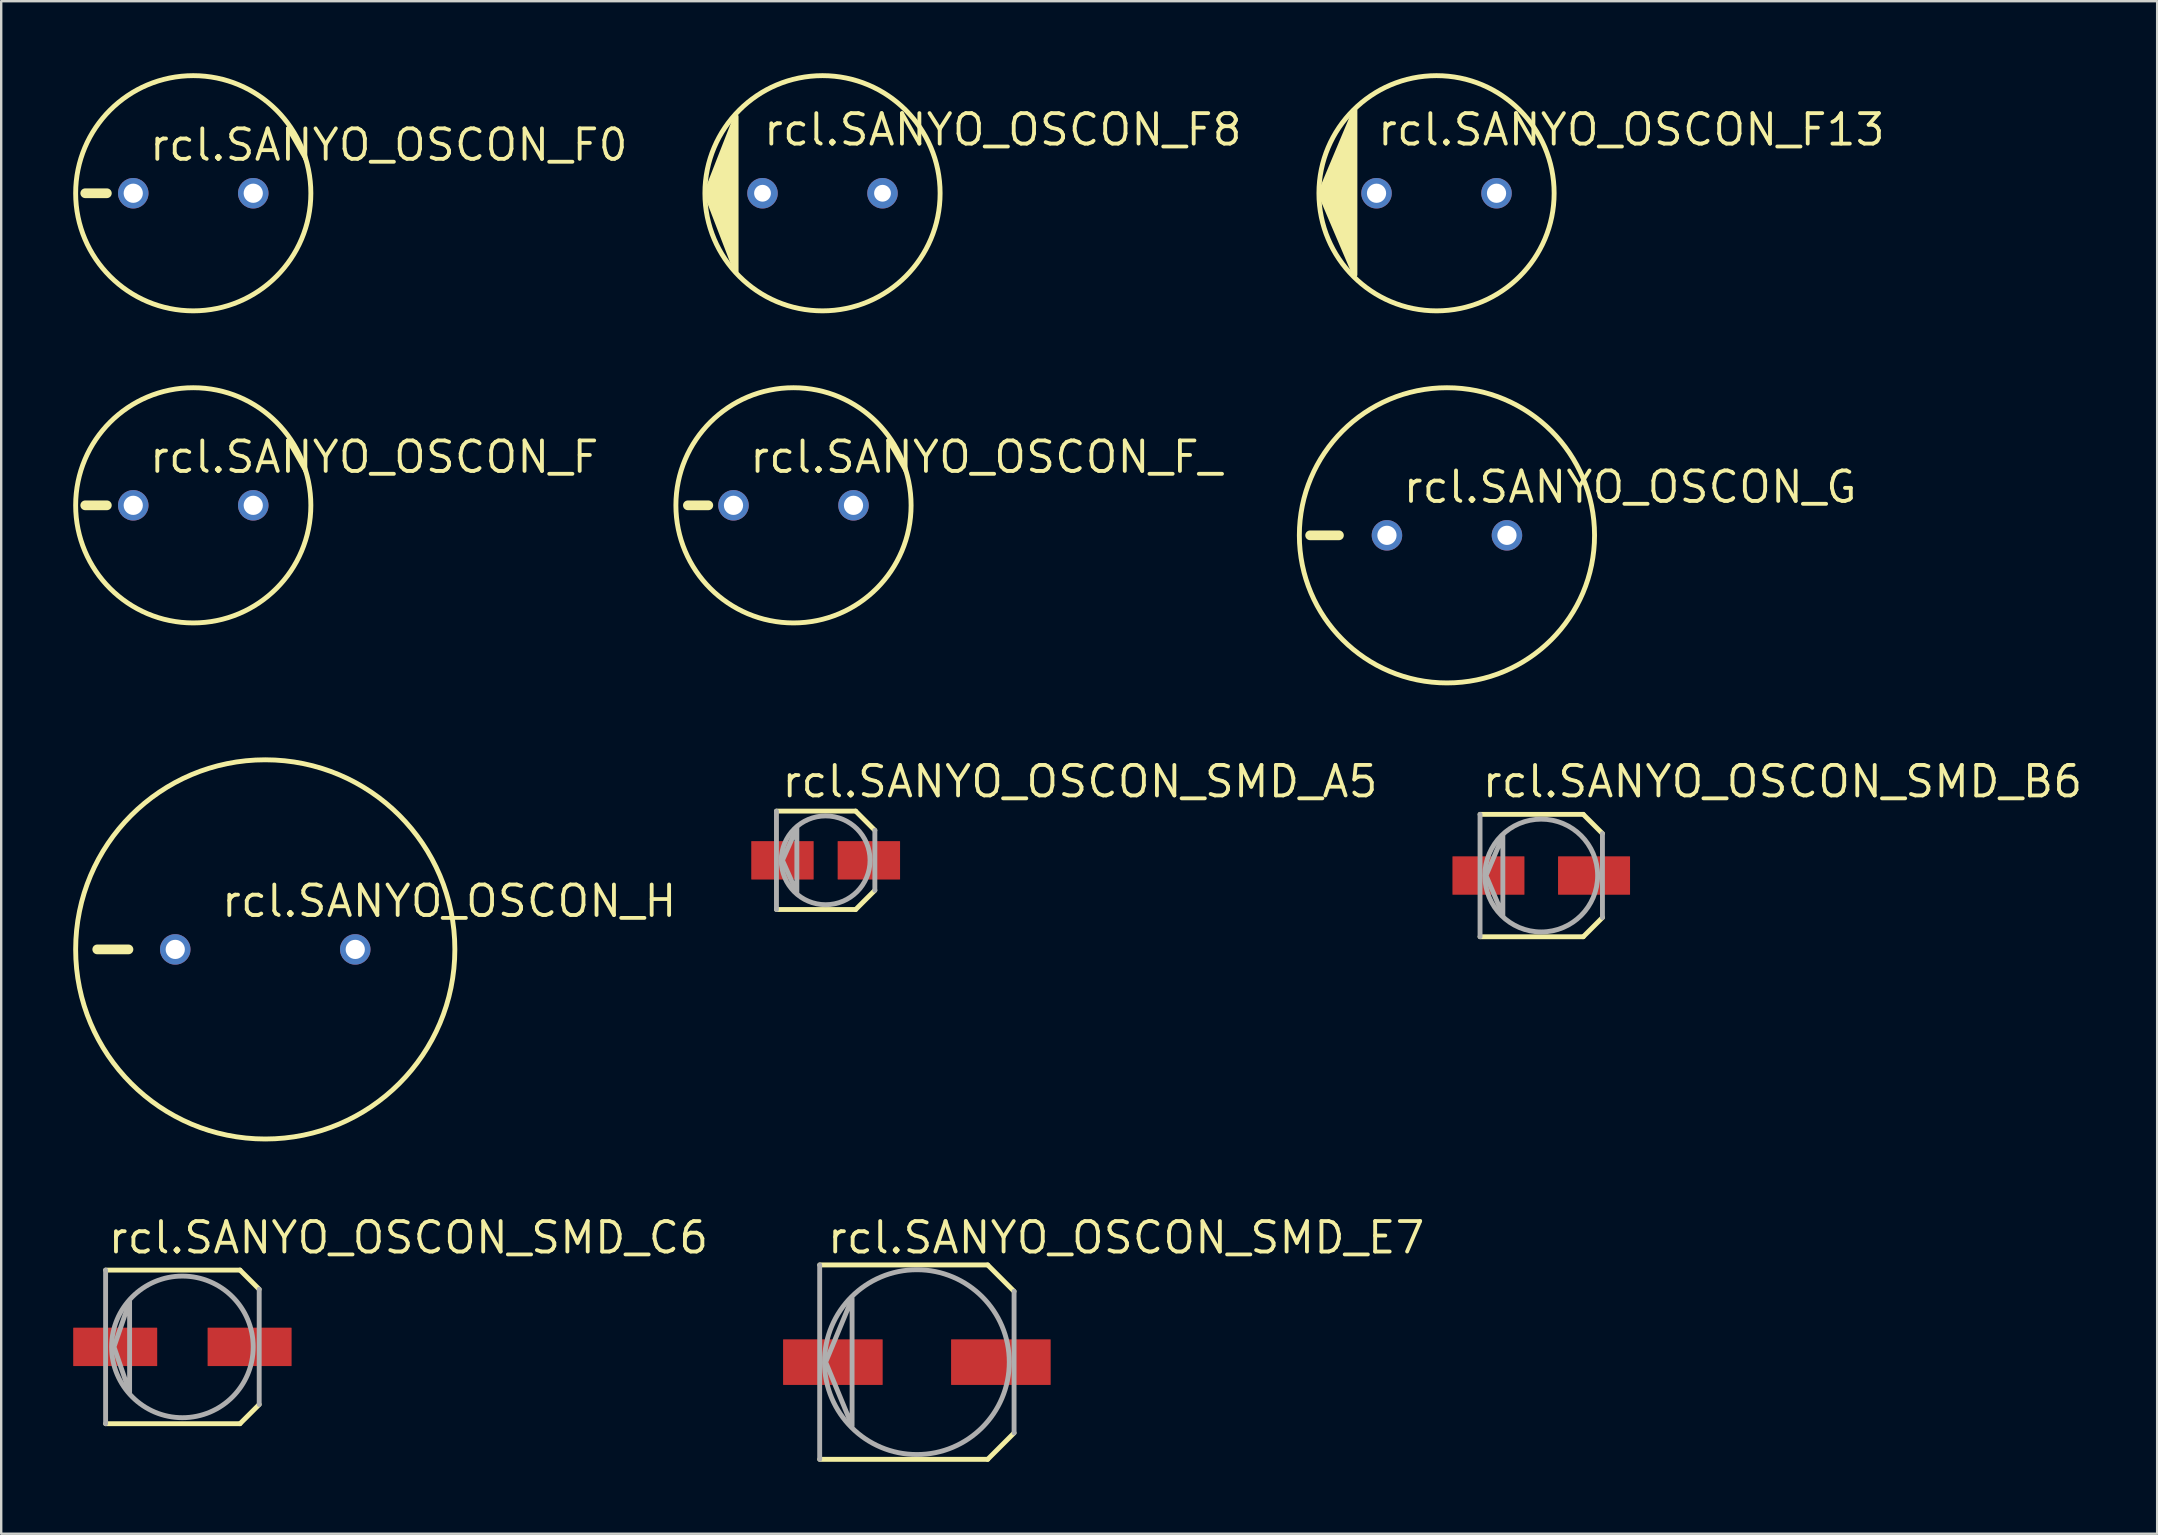
<source format=kicad_pcb>
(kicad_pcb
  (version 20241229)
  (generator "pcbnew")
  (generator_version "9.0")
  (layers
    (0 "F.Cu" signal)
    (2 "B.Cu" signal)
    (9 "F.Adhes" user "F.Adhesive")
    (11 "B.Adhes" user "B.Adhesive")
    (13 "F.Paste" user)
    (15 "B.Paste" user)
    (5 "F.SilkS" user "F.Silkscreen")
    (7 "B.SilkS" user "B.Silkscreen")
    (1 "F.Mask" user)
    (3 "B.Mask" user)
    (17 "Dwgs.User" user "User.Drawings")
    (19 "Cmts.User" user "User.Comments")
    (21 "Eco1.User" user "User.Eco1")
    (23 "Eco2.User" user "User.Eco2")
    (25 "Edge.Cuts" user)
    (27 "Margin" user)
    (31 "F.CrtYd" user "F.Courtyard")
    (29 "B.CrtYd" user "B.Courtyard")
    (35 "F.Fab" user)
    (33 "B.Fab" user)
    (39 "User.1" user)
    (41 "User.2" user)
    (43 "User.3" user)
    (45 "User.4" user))
  (footprint "rcl.SANYO_OSCON_G"
    (layer "F.Cu")
    (at 57.239 19.255)
    (property "Reference" "rcl.SANYO_OSCON_G" (at -1.905 -1.27 0) (layer "F.SilkS") (effects (font (size 1.27 1.27) (thickness 0.16)) (justify left bottom)))
    (attr through_hole)
    (fp_line (start -4.5 0) (end -5.7 0) (stroke (width 0.406) (type default)) (layer "F.SilkS"))
    (fp_circle (center 0 0) (end 6.15 0) (stroke (width 0.203) (type default)) (fill no) (layer "F.SilkS"))
    (pad "+" thru_hole circle (at 2.5 0) (size 1.27 1.27) (drill 0.8) (layers "*.Cu" "*.Mask"))
    (pad "-" thru_hole circle (at -2.5 0) (size 1.27 1.27) (drill 0.8) (layers "*.Cu" "*.Mask")))
  (footprint "rcl.SANYO_OSCON_F13"
    (layer "F.Cu")
    (at 56.805 5.002)
    (property "Reference" "rcl.SANYO_OSCON_F13" (at -2.54 -1.905 0) (layer "F.SilkS") (effects (font (size 1.27 1.27) (thickness 0.16)) (justify left bottom)))
    (attr through_hole)
    (fp_circle (center 0 0) (end 4.9 0) (stroke (width 0.203) (type default)) (fill no) (layer "F.SilkS"))
    (fp_poly (pts (xy -3.4 -3.45) (xy -3.4 3.4) (xy -4.85 0)) (stroke (width 0.203) (type default)) (fill yes) (layer "F.SilkS"))
    (pad "+" thru_hole circle (at 2.5 0) (size 1.27 1.27) (drill 0.8) (layers "*.Cu" "*.Mask"))
    (pad "-" thru_hole circle (at -2.5 0) (size 1.27 1.27) (drill 0.8) (layers "*.Cu" "*.Mask")))
  (footprint "rcl.SANYO_OSCON_F"
    (layer "F.Cu")
    (at 5.002 18.005)
    (property "Reference" "rcl.SANYO_OSCON_F" (at -1.905 -1.27 0) (layer "F.SilkS") (effects (font (size 1.27 1.27) (thickness 0.16)) (justify left bottom)))
    (attr through_hole)
    (fp_line (start -4.5 0) (end -3.6 0) (stroke (width 0.406) (type default)) (layer "F.SilkS"))
    (fp_circle (center 0 0) (end 4.9 0) (stroke (width 0.203) (type default)) (fill no) (layer "F.SilkS"))
    (pad "+" thru_hole circle (at 2.5 0) (size 1.27 1.27) (drill 0.8) (layers "*.Cu" "*.Mask"))
    (pad "-" thru_hole circle (at -2.5 0) (size 1.27 1.27) (drill 0.8) (layers "*.Cu" "*.Mask")))
  (footprint "rcl.SANYO_OSCON_SMD_E7"
    (layer "F.Cu")
    (at 35.153 53.705)
    (property "Reference" "rcl.SANYO_OSCON_SMD_E7" (at -3.81 -4.445 0) (layer "F.SilkS") (effects (font (size 1.27 1.27) (thickness 0.16)) (justify left bottom)))
    (attr smd)
    (fp_line (start -4.05 -4.05) (end 2.95 -4.05) (stroke (width 0.203) (type default)) (layer "F.SilkS"))
    (fp_line (start 2.95 -4.05) (end 4.05 -2.95) (stroke (width 0.203) (type default)) (layer "F.SilkS"))
    (fp_line (start 2.95 4.05) (end -4.05 4.05) (stroke (width 0.203) (type default)) (layer "F.SilkS"))
    (fp_line (start 4.05 2.95) (end 2.95 4.05) (stroke (width 0.203) (type default)) (layer "F.SilkS"))
    (fp_line (start -4.05 4.05) (end -4.05 -4.05) (stroke (width 0.203) (type default)) (layer "F.Fab"))
    (fp_line (start 4.05 -2.95) (end 4.05 2.95) (stroke (width 0.203) (type default)) (layer "F.Fab"))
    (fp_circle (center 0 0) (end 3.85 0) (stroke (width 0.203) (type default)) (fill no) (layer "F.Fab"))
    (fp_poly (pts (xy -2.7 -2.65) (xy -2.7 2.65) (xy -3.8 0)) (stroke (width 0.203) (type default)) (fill no) (layer "F.Fab"))
    (pad "+" smd roundrect (at 3.5 0) (size 4.15 1.9) (layers "F.Cu" "F.Mask" "F.Paste") (roundrect_rratio 0.01))
    (pad "-" smd roundrect (at -3.5 0) (size 4.15 1.9) (layers "F.Cu" "F.Mask" "F.Paste") (roundrect_rratio 0.01)))
  (footprint "rcl.SANYO_OSCON_F_"
    (layer "F.Cu")
    (at 30.012 18.005)
    (property "Reference" "rcl.SANYO_OSCON_F_" (at -1.905 -1.27 0) (layer "F.SilkS") (effects (font (size 1.27 1.27) (thickness 0.16)) (justify left bottom)))
    (attr through_hole)
    (fp_line (start -3.55 0) (end -4.4 0) (stroke (width 0.406) (type default)) (layer "F.SilkS"))
    (fp_circle (center 0 0) (end 4.9 0) (stroke (width 0.203) (type default)) (fill no) (layer "F.SilkS"))
    (pad "+" thru_hole circle (at 2.5 0) (size 1.27 1.27) (drill 0.8) (layers "*.Cu" "*.Mask"))
    (pad "-" thru_hole circle (at -2.5 0) (size 1.27 1.27) (drill 0.8) (layers "*.Cu" "*.Mask")))
  (footprint "rcl.SANYO_OSCON_F0"
    (layer "F.Cu")
    (at 5.002 5.002)
    (property "Reference" "rcl.SANYO_OSCON_F0" (at -1.905 -1.27 0) (layer "F.SilkS") (effects (font (size 1.27 1.27) (thickness 0.16)) (justify left bottom)))
    (attr through_hole)
    (fp_line (start -4.5 0) (end -3.6 0) (stroke (width 0.406) (type default)) (layer "F.SilkS"))
    (fp_circle (center 0 0) (end 4.9 0) (stroke (width 0.203) (type default)) (fill no) (layer "F.SilkS"))
    (pad "+" thru_hole circle (at 2.5 0) (size 1.27 1.27) (drill 0.8) (layers "*.Cu" "*.Mask"))
    (pad "-" thru_hole circle (at -2.5 0) (size 1.27 1.27) (drill 0.8) (layers "*.Cu" "*.Mask")))
  (footprint "rcl.SANYO_OSCON_SMD_C6"
    (layer "F.Cu")
    (at 4.55 53.07)
    (property "Reference" "rcl.SANYO_OSCON_SMD_C6" (at -3.175 -3.81 0) (layer "F.SilkS") (effects (font (size 1.27 1.27) (thickness 0.16)) (justify left bottom)))
    (attr smd)
    (fp_line (start -3.2 -3.2) (end 2.4 -3.2) (stroke (width 0.203) (type default)) (layer "F.SilkS"))
    (fp_line (start 2.4 -3.2) (end 3.2 -2.4) (stroke (width 0.203) (type default)) (layer "F.SilkS"))
    (fp_line (start 2.4 3.2) (end -3.2 3.2) (stroke (width 0.203) (type default)) (layer "F.SilkS"))
    (fp_line (start 3.2 2.4) (end 2.4 3.2) (stroke (width 0.203) (type default)) (layer "F.SilkS"))
    (fp_line (start -3.2 3.2) (end -3.2 -3.2) (stroke (width 0.203) (type default)) (layer "F.Fab"))
    (fp_line (start 3.2 -2.4) (end 3.2 2.4) (stroke (width 0.203) (type default)) (layer "F.Fab"))
    (fp_circle (center 0 0) (end 2.95 0) (stroke (width 0.203) (type default)) (fill no) (layer "F.Fab"))
    (fp_poly (pts (xy -2.2 -1.9) (xy -2.2 1.9) (xy -2.85 0)) (stroke (width 0.203) (type default)) (fill no) (layer "F.Fab"))
    (pad "+" smd roundrect (at 2.8 0) (size 3.5 1.6) (layers "F.Cu" "F.Mask" "F.Paste") (roundrect_rratio 0.01))
    (pad "-" smd roundrect (at -2.8 0) (size 3.5 1.6) (layers "F.Cu" "F.Mask" "F.Paste") (roundrect_rratio 0.01)))
  (footprint "rcl.SANYO_OSCON_H"
    (layer "F.Cu")
    (at 8.002 36.508)
    (property "Reference" "rcl.SANYO_OSCON_H" (at -1.905 -1.27 0) (layer "F.SilkS") (effects (font (size 1.27 1.27) (thickness 0.16)) (justify left bottom)))
    (attr through_hole)
    (fp_line (start -7 0) (end -5.7 0) (stroke (width 0.406) (type default)) (layer "F.SilkS"))
    (fp_circle (center 0 0) (end 7.9 0) (stroke (width 0.203) (type default)) (fill no) (layer "F.SilkS"))
    (pad "+" thru_hole circle (at 3.75 0) (size 1.27 1.27) (drill 0.8) (layers "*.Cu" "*.Mask"))
    (pad "-" thru_hole circle (at -3.75 0) (size 1.27 1.27) (drill 0.8) (layers "*.Cu" "*.Mask")))
  (footprint "rcl.SANYO_OSCON_SMD_A5"
    (layer "F.Cu")
    (at 31.352 32.796)
    (property "Reference" "rcl.SANYO_OSCON_SMD_A5" (at -1.905 -2.54 0) (layer "F.SilkS") (effects (font (size 1.27 1.27) (thickness 0.16)) (justify left bottom)))
    (attr smd)
    (fp_line (start -2.05 -2.05) (end 1.25 -2.05) (stroke (width 0.203) (type default)) (layer "F.SilkS"))
    (fp_line (start 1.25 -2.05) (end 2.05 -1.25) (stroke (width 0.203) (type default)) (layer "F.SilkS"))
    (fp_line (start 1.25 2.05) (end -2.05 2.05) (stroke (width 0.203) (type default)) (layer "F.SilkS"))
    (fp_line (start 2.05 1.25) (end 1.25 2.05) (stroke (width 0.203) (type default)) (layer "F.SilkS"))
    (fp_line (start -2.05 2.05) (end -2.05 -2.05) (stroke (width 0.203) (type default)) (layer "F.Fab"))
    (fp_line (start 2.05 -1.25) (end 2.05 1.25) (stroke (width 0.203) (type default)) (layer "F.Fab"))
    (fp_circle (center 0 0) (end 1.85 0) (stroke (width 0.203) (type default)) (fill no) (layer "F.Fab"))
    (fp_poly (pts (xy -1.2 1.35) (xy -1.2 -1.35) (xy -1.8 0)) (stroke (width 0.203) (type default)) (fill no) (layer "F.Fab"))
    (pad "+" smd roundrect (at 1.8 0) (size 2.6 1.6) (layers "F.Cu" "F.Mask" "F.Paste") (roundrect_rratio 0.01))
    (pad "-" smd roundrect (at -1.8 0) (size 2.6 1.6) (layers "F.Cu" "F.Mask" "F.Paste") (roundrect_rratio 0.01)))
  (footprint "rcl.SANYO_OSCON_SMD_B6"
    (layer "F.Cu")
    (at 61.168 33.431)
    (property "Reference" "rcl.SANYO_OSCON_SMD_B6" (at -2.54 -3.175 0) (layer "F.SilkS") (effects (font (size 1.27 1.27) (thickness 0.16)) (justify left bottom)))
    (attr smd)
    (fp_line (start -2.55 -2.55) (end 1.75 -2.55) (stroke (width 0.203) (type default)) (layer "F.SilkS"))
    (fp_line (start 1.75 -2.55) (end 2.55 -1.75) (stroke (width 0.203) (type default)) (layer "F.SilkS"))
    (fp_line (start 1.75 2.55) (end -2.55 2.55) (stroke (width 0.203) (type default)) (layer "F.SilkS"))
    (fp_line (start 2.55 1.75) (end 1.75 2.55) (stroke (width 0.203) (type default)) (layer "F.SilkS"))
    (fp_line (start -2.55 2.55) (end -2.55 -2.55) (stroke (width 0.203) (type default)) (layer "F.Fab"))
    (fp_line (start 2.55 -1.75) (end 2.55 1.75) (stroke (width 0.203) (type default)) (layer "F.Fab"))
    (fp_circle (center 0 0) (end 2.35 0) (stroke (width 0.203) (type default)) (fill no) (layer "F.Fab"))
    (fp_poly (pts (xy -1.6 1.65) (xy -1.6 -1.65) (xy -2.3 0)) (stroke (width 0.203) (type default)) (fill no) (layer "F.Fab"))
    (pad "+" smd roundrect (at 2.2 0) (size 3 1.6) (layers "F.Cu" "F.Mask" "F.Paste") (roundrect_rratio 0.01))
    (pad "-" smd roundrect (at -2.2 0) (size 3 1.6) (layers "F.Cu" "F.Mask" "F.Paste") (roundrect_rratio 0.01)))
  (footprint "rcl.SANYO_OSCON_F8"
    (layer "F.Cu")
    (at 31.221 5.002)
    (property "Reference" "rcl.SANYO_OSCON_F8" (at -2.54 -1.905 0) (layer "F.SilkS") (effects (font (size 1.27 1.27) (thickness 0.16)) (justify left bottom)))
    (attr through_hole)
    (fp_circle (center 0 0) (end 4.9 0) (stroke (width 0.203) (type default)) (fill no) (layer "F.SilkS"))
    (fp_poly (pts (xy -3.6 -3.2) (xy -3.6 3.25) (xy -4.85 0)) (stroke (width 0.203) (type default)) (fill yes) (layer "F.SilkS"))
    (pad "+" thru_hole circle (at 2.5 0) (size 1.27 1.27) (drill 0.7) (layers "*.Cu" "*.Mask"))
    (pad "-" thru_hole circle (at -2.5 0) (size 1.27 1.27) (drill 0.7) (layers "*.Cu" "*.Mask")))
  (gr_rect
    (start -3 -3)
    (end 86.831 60.856)
    (stroke (width 0.1) (type default))
    (fill no)
    (layer "Edge.Cuts")))
</source>
